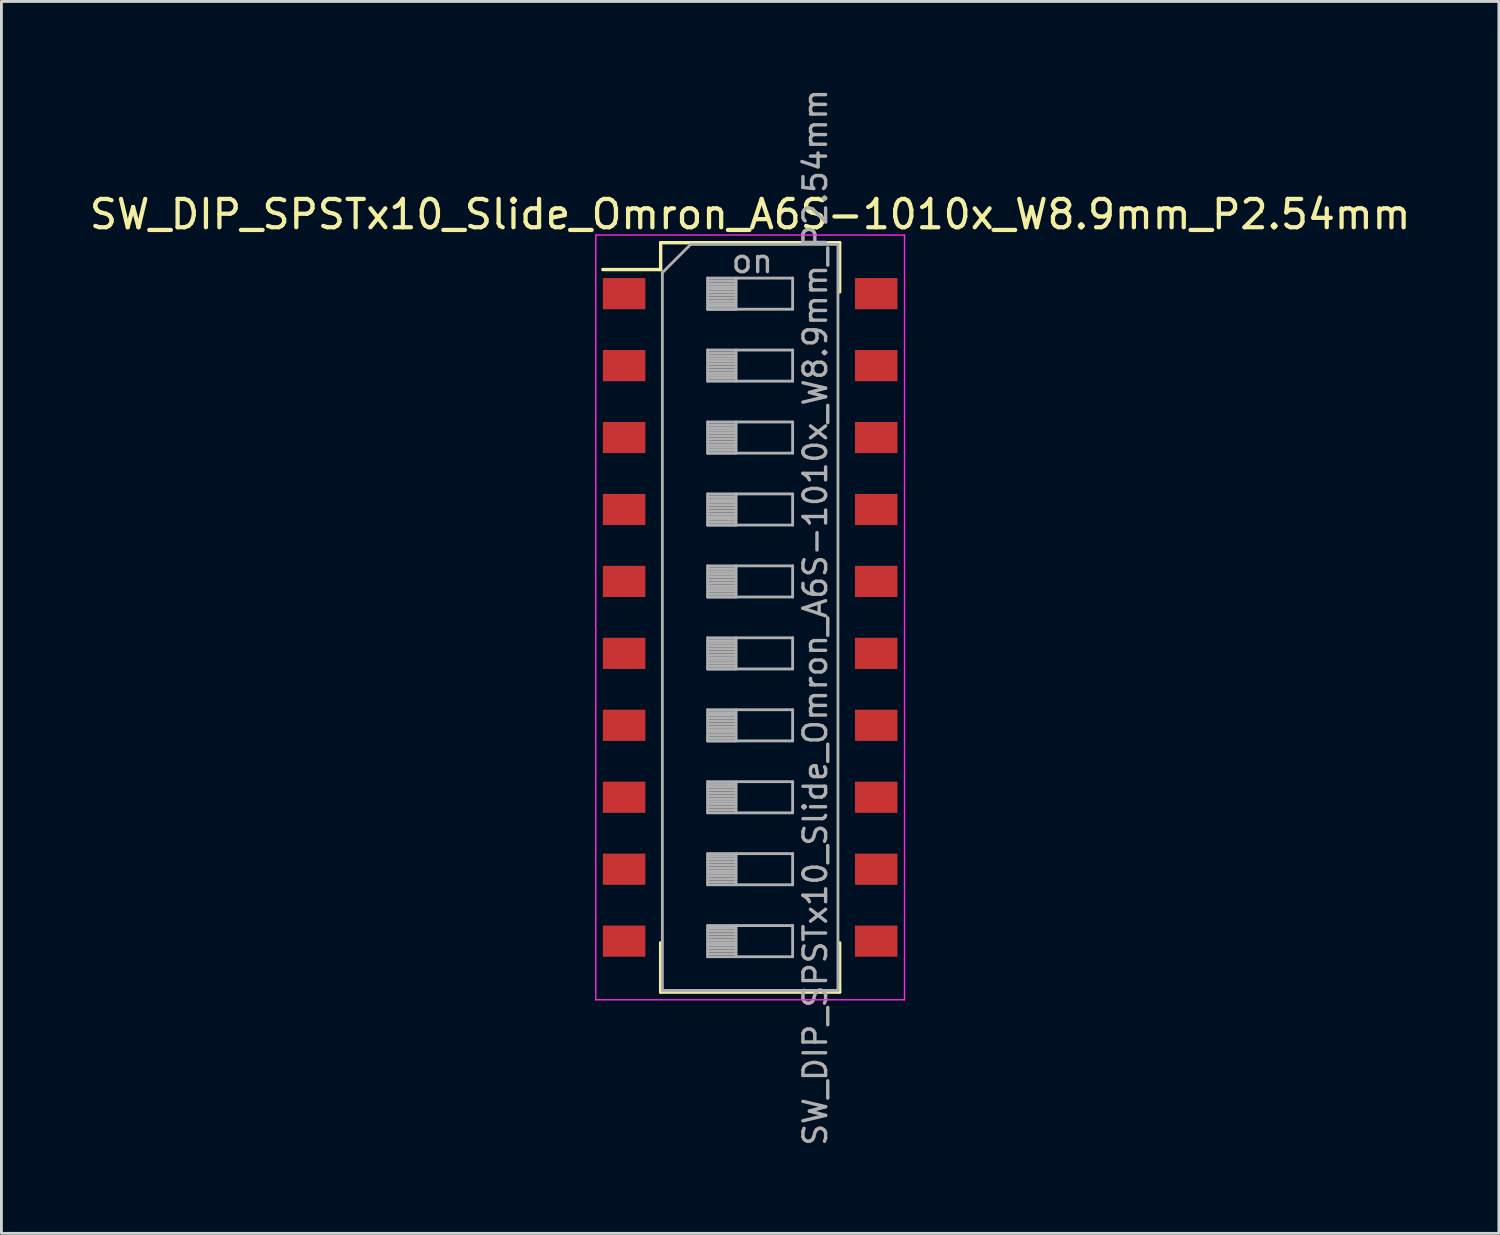
<source format=kicad_pcb>
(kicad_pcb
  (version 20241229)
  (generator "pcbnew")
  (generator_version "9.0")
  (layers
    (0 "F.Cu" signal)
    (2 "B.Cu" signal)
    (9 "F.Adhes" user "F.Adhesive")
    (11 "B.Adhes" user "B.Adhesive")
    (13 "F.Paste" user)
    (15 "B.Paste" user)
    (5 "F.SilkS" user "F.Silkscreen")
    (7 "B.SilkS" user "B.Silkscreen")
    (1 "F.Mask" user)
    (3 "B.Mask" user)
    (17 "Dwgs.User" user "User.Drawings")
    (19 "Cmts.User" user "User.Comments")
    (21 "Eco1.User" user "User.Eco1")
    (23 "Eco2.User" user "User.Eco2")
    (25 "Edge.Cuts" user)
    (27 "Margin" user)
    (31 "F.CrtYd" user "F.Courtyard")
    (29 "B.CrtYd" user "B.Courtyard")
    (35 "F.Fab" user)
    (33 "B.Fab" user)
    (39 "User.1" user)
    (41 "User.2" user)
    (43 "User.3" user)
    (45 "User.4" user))
  (footprint "SW_DIP_SPSTx10_Slide_Omron_A6S-1010x_W8.9mm_P2.54mm"
    (layer "F.Cu")
    (at 23.435 18.748)
    (property "Reference" "SW_DIP_SPSTx10_Slide_Omron_A6S-1010x_W8.9mm_P2.54mm" (at 0 -14.23 0) (layer "F.SilkS") (effects (font (size 1 1) (thickness 0.15))))
    (attr smd)
    (fp_line (start -5.2 -12.281) (end -3.16 -12.281) (stroke (width 0.12) (type solid)) (layer "F.SilkS"))
    (fp_line (start -3.16 -13.23) (end -3.16 -12.281) (stroke (width 0.12) (type solid)) (layer "F.SilkS"))
    (fp_line (start -3.16 -13.23) (end 3.16 -13.23) (stroke (width 0.12) (type solid)) (layer "F.SilkS"))
    (fp_line (start -3.16 11.49) (end -3.16 13.23) (stroke (width 0.12) (type solid)) (layer "F.SilkS"))
    (fp_line (start -3.16 13.23) (end 3.16 13.23) (stroke (width 0.12) (type solid)) (layer "F.SilkS"))
    (fp_line (start 3.16 -13.23) (end 3.16 -11.491) (stroke (width 0.12) (type solid)) (layer "F.SilkS"))
    (fp_line (start 3.16 11.49) (end 3.16 13.23) (stroke (width 0.12) (type solid)) (layer "F.SilkS"))
    (fp_line (start -5.45 -13.5) (end -5.45 13.5) (stroke (width 0.05) (type solid)) (layer "F.CrtYd"))
    (fp_line (start -5.45 13.5) (end 5.45 13.5) (stroke (width 0.05) (type solid)) (layer "F.CrtYd"))
    (fp_line (start 5.45 -13.5) (end -5.45 -13.5) (stroke (width 0.05) (type solid)) (layer "F.CrtYd"))
    (fp_line (start 5.45 13.5) (end 5.45 -13.5) (stroke (width 0.05) (type solid)) (layer "F.CrtYd"))
    (fp_line (start -3.1 -12.17) (end -2.1 -13.17) (stroke (width 0.1) (type solid)) (layer "F.Fab"))
    (fp_line (start -3.1 13.17) (end -3.1 -12.17) (stroke (width 0.1) (type solid)) (layer "F.Fab"))
    (fp_line (start -2.1 -13.17) (end 3.1 -13.17) (stroke (width 0.1) (type solid)) (layer "F.Fab"))
    (fp_line (start -1.5 -11.98) (end -1.5 -10.88) (stroke (width 0.1) (type solid)) (layer "F.Fab"))
    (fp_line (start -1.5 -11.88) (end -0.5 -11.88) (stroke (width 0.1) (type solid)) (layer "F.Fab"))
    (fp_line (start -1.5 -11.78) (end -0.5 -11.78) (stroke (width 0.1) (type solid)) (layer "F.Fab"))
    (fp_line (start -1.5 -11.68) (end -0.5 -11.68) (stroke (width 0.1) (type solid)) (layer "F.Fab"))
    (fp_line (start -1.5 -11.58) (end -0.5 -11.58) (stroke (width 0.1) (type solid)) (layer "F.Fab"))
    (fp_line (start -1.5 -11.48) (end -0.5 -11.48) (stroke (width 0.1) (type solid)) (layer "F.Fab"))
    (fp_line (start -1.5 -11.38) (end -0.5 -11.38) (stroke (width 0.1) (type solid)) (layer "F.Fab"))
    (fp_line (start -1.5 -11.28) (end -0.5 -11.28) (stroke (width 0.1) (type solid)) (layer "F.Fab"))
    (fp_line (start -1.5 -11.18) (end -0.5 -11.18) (stroke (width 0.1) (type solid)) (layer "F.Fab"))
    (fp_line (start -1.5 -11.08) (end -0.5 -11.08) (stroke (width 0.1) (type solid)) (layer "F.Fab"))
    (fp_line (start -1.5 -10.98) (end -0.5 -10.98) (stroke (width 0.1) (type solid)) (layer "F.Fab"))
    (fp_line (start -1.5 -10.88) (end -0.5 -10.88) (stroke (width 0.1) (type solid)) (layer "F.Fab"))
    (fp_line (start -1.5 -10.88) (end 1.5 -10.88) (stroke (width 0.1) (type solid)) (layer "F.Fab"))
    (fp_line (start -1.5 -9.44) (end -1.5 -8.34) (stroke (width 0.1) (type solid)) (layer "F.Fab"))
    (fp_line (start -1.5 -9.34) (end -0.5 -9.34) (stroke (width 0.1) (type solid)) (layer "F.Fab"))
    (fp_line (start -1.5 -9.24) (end -0.5 -9.24) (stroke (width 0.1) (type solid)) (layer "F.Fab"))
    (fp_line (start -1.5 -9.14) (end -0.5 -9.14) (stroke (width 0.1) (type solid)) (layer "F.Fab"))
    (fp_line (start -1.5 -9.04) (end -0.5 -9.04) (stroke (width 0.1) (type solid)) (layer "F.Fab"))
    (fp_line (start -1.5 -8.94) (end -0.5 -8.94) (stroke (width 0.1) (type solid)) (layer "F.Fab"))
    (fp_line (start -1.5 -8.84) (end -0.5 -8.84) (stroke (width 0.1) (type solid)) (layer "F.Fab"))
    (fp_line (start -1.5 -8.74) (end -0.5 -8.74) (stroke (width 0.1) (type solid)) (layer "F.Fab"))
    (fp_line (start -1.5 -8.64) (end -0.5 -8.64) (stroke (width 0.1) (type solid)) (layer "F.Fab"))
    (fp_line (start -1.5 -8.54) (end -0.5 -8.54) (stroke (width 0.1) (type solid)) (layer "F.Fab"))
    (fp_line (start -1.5 -8.44) (end -0.5 -8.44) (stroke (width 0.1) (type solid)) (layer "F.Fab"))
    (fp_line (start -1.5 -8.34) (end 1.5 -8.34) (stroke (width 0.1) (type solid)) (layer "F.Fab"))
    (fp_line (start -1.5 -6.9) (end -1.5 -5.8) (stroke (width 0.1) (type solid)) (layer "F.Fab"))
    (fp_line (start -1.5 -6.8) (end -0.5 -6.8) (stroke (width 0.1) (type solid)) (layer "F.Fab"))
    (fp_line (start -1.5 -6.7) (end -0.5 -6.7) (stroke (width 0.1) (type solid)) (layer "F.Fab"))
    (fp_line (start -1.5 -6.6) (end -0.5 -6.6) (stroke (width 0.1) (type solid)) (layer "F.Fab"))
    (fp_line (start -1.5 -6.5) (end -0.5 -6.5) (stroke (width 0.1) (type solid)) (layer "F.Fab"))
    (fp_line (start -1.5 -6.4) (end -0.5 -6.4) (stroke (width 0.1) (type solid)) (layer "F.Fab"))
    (fp_line (start -1.5 -6.3) (end -0.5 -6.3) (stroke (width 0.1) (type solid)) (layer "F.Fab"))
    (fp_line (start -1.5 -6.2) (end -0.5 -6.2) (stroke (width 0.1) (type solid)) (layer "F.Fab"))
    (fp_line (start -1.5 -6.1) (end -0.5 -6.1) (stroke (width 0.1) (type solid)) (layer "F.Fab"))
    (fp_line (start -1.5 -6) (end -0.5 -6) (stroke (width 0.1) (type solid)) (layer "F.Fab"))
    (fp_line (start -1.5 -5.9) (end -0.5 -5.9) (stroke (width 0.1) (type solid)) (layer "F.Fab"))
    (fp_line (start -1.5 -5.8) (end -0.5 -5.8) (stroke (width 0.1) (type solid)) (layer "F.Fab"))
    (fp_line (start -1.5 -5.8) (end 1.5 -5.8) (stroke (width 0.1) (type solid)) (layer "F.Fab"))
    (fp_line (start -1.5 -4.36) (end -1.5 -3.26) (stroke (width 0.1) (type solid)) (layer "F.Fab"))
    (fp_line (start -1.5 -4.26) (end -0.5 -4.26) (stroke (width 0.1) (type solid)) (layer "F.Fab"))
    (fp_line (start -1.5 -4.16) (end -0.5 -4.16) (stroke (width 0.1) (type solid)) (layer "F.Fab"))
    (fp_line (start -1.5 -4.06) (end -0.5 -4.06) (stroke (width 0.1) (type solid)) (layer "F.Fab"))
    (fp_line (start -1.5 -3.96) (end -0.5 -3.96) (stroke (width 0.1) (type solid)) (layer "F.Fab"))
    (fp_line (start -1.5 -3.86) (end -0.5 -3.86) (stroke (width 0.1) (type solid)) (layer "F.Fab"))
    (fp_line (start -1.5 -3.76) (end -0.5 -3.76) (stroke (width 0.1) (type solid)) (layer "F.Fab"))
    (fp_line (start -1.5 -3.66) (end -0.5 -3.66) (stroke (width 0.1) (type solid)) (layer "F.Fab"))
    (fp_line (start -1.5 -3.56) (end -0.5 -3.56) (stroke (width 0.1) (type solid)) (layer "F.Fab"))
    (fp_line (start -1.5 -3.46) (end -0.5 -3.46) (stroke (width 0.1) (type solid)) (layer "F.Fab"))
    (fp_line (start -1.5 -3.36) (end -0.5 -3.36) (stroke (width 0.1) (type solid)) (layer "F.Fab"))
    (fp_line (start -1.5 -3.26) (end -0.5 -3.26) (stroke (width 0.1) (type solid)) (layer "F.Fab"))
    (fp_line (start -1.5 -3.26) (end 1.5 -3.26) (stroke (width 0.1) (type solid)) (layer "F.Fab"))
    (fp_line (start -1.5 -1.82) (end -1.5 -0.72) (stroke (width 0.1) (type solid)) (layer "F.Fab"))
    (fp_line (start -1.5 -1.72) (end -0.5 -1.72) (stroke (width 0.1) (type solid)) (layer "F.Fab"))
    (fp_line (start -1.5 -1.62) (end -0.5 -1.62) (stroke (width 0.1) (type solid)) (layer "F.Fab"))
    (fp_line (start -1.5 -1.52) (end -0.5 -1.52) (stroke (width 0.1) (type solid)) (layer "F.Fab"))
    (fp_line (start -1.5 -1.42) (end -0.5 -1.42) (stroke (width 0.1) (type solid)) (layer "F.Fab"))
    (fp_line (start -1.5 -1.32) (end -0.5 -1.32) (stroke (width 0.1) (type solid)) (layer "F.Fab"))
    (fp_line (start -1.5 -1.22) (end -0.5 -1.22) (stroke (width 0.1) (type solid)) (layer "F.Fab"))
    (fp_line (start -1.5 -1.12) (end -0.5 -1.12) (stroke (width 0.1) (type solid)) (layer "F.Fab"))
    (fp_line (start -1.5 -1.02) (end -0.5 -1.02) (stroke (width 0.1) (type solid)) (layer "F.Fab"))
    (fp_line (start -1.5 -0.92) (end -0.5 -0.92) (stroke (width 0.1) (type solid)) (layer "F.Fab"))
    (fp_line (start -1.5 -0.82) (end -0.5 -0.82) (stroke (width 0.1) (type solid)) (layer "F.Fab"))
    (fp_line (start -1.5 -0.72) (end -0.5 -0.72) (stroke (width 0.1) (type solid)) (layer "F.Fab"))
    (fp_line (start -1.5 -0.72) (end 1.5 -0.72) (stroke (width 0.1) (type solid)) (layer "F.Fab"))
    (fp_line (start -1.5 0.72) (end -1.5 1.82) (stroke (width 0.1) (type solid)) (layer "F.Fab"))
    (fp_line (start -1.5 0.82) (end -0.5 0.82) (stroke (width 0.1) (type solid)) (layer "F.Fab"))
    (fp_line (start -1.5 0.92) (end -0.5 0.92) (stroke (width 0.1) (type solid)) (layer "F.Fab"))
    (fp_line (start -1.5 1.02) (end -0.5 1.02) (stroke (width 0.1) (type solid)) (layer "F.Fab"))
    (fp_line (start -1.5 1.12) (end -0.5 1.12) (stroke (width 0.1) (type solid)) (layer "F.Fab"))
    (fp_line (start -1.5 1.22) (end -0.5 1.22) (stroke (width 0.1) (type solid)) (layer "F.Fab"))
    (fp_line (start -1.5 1.32) (end -0.5 1.32) (stroke (width 0.1) (type solid)) (layer "F.Fab"))
    (fp_line (start -1.5 1.42) (end -0.5 1.42) (stroke (width 0.1) (type solid)) (layer "F.Fab"))
    (fp_line (start -1.5 1.52) (end -0.5 1.52) (stroke (width 0.1) (type solid)) (layer "F.Fab"))
    (fp_line (start -1.5 1.62) (end -0.5 1.62) (stroke (width 0.1) (type solid)) (layer "F.Fab"))
    (fp_line (start -1.5 1.72) (end -0.5 1.72) (stroke (width 0.1) (type solid)) (layer "F.Fab"))
    (fp_line (start -1.5 1.82) (end -0.5 1.82) (stroke (width 0.1) (type solid)) (layer "F.Fab"))
    (fp_line (start -1.5 1.82) (end 1.5 1.82) (stroke (width 0.1) (type solid)) (layer "F.Fab"))
    (fp_line (start -1.5 3.26) (end -1.5 4.36) (stroke (width 0.1) (type solid)) (layer "F.Fab"))
    (fp_line (start -1.5 3.36) (end -0.5 3.36) (stroke (width 0.1) (type solid)) (layer "F.Fab"))
    (fp_line (start -1.5 3.46) (end -0.5 3.46) (stroke (width 0.1) (type solid)) (layer "F.Fab"))
    (fp_line (start -1.5 3.56) (end -0.5 3.56) (stroke (width 0.1) (type solid)) (layer "F.Fab"))
    (fp_line (start -1.5 3.66) (end -0.5 3.66) (stroke (width 0.1) (type solid)) (layer "F.Fab"))
    (fp_line (start -1.5 3.76) (end -0.5 3.76) (stroke (width 0.1) (type solid)) (layer "F.Fab"))
    (fp_line (start -1.5 3.86) (end -0.5 3.86) (stroke (width 0.1) (type solid)) (layer "F.Fab"))
    (fp_line (start -1.5 3.96) (end -0.5 3.96) (stroke (width 0.1) (type solid)) (layer "F.Fab"))
    (fp_line (start -1.5 4.06) (end -0.5 4.06) (stroke (width 0.1) (type solid)) (layer "F.Fab"))
    (fp_line (start -1.5 4.16) (end -0.5 4.16) (stroke (width 0.1) (type solid)) (layer "F.Fab"))
    (fp_line (start -1.5 4.26) (end -0.5 4.26) (stroke (width 0.1) (type solid)) (layer "F.Fab"))
    (fp_line (start -1.5 4.36) (end -0.5 4.36) (stroke (width 0.1) (type solid)) (layer "F.Fab"))
    (fp_line (start -1.5 4.36) (end 1.5 4.36) (stroke (width 0.1) (type solid)) (layer "F.Fab"))
    (fp_line (start -1.5 5.8) (end -1.5 6.9) (stroke (width 0.1) (type solid)) (layer "F.Fab"))
    (fp_line (start -1.5 5.9) (end -0.5 5.9) (stroke (width 0.1) (type solid)) (layer "F.Fab"))
    (fp_line (start -1.5 6) (end -0.5 6) (stroke (width 0.1) (type solid)) (layer "F.Fab"))
    (fp_line (start -1.5 6.1) (end -0.5 6.1) (stroke (width 0.1) (type solid)) (layer "F.Fab"))
    (fp_line (start -1.5 6.2) (end -0.5 6.2) (stroke (width 0.1) (type solid)) (layer "F.Fab"))
    (fp_line (start -1.5 6.3) (end -0.5 6.3) (stroke (width 0.1) (type solid)) (layer "F.Fab"))
    (fp_line (start -1.5 6.4) (end -0.5 6.4) (stroke (width 0.1) (type solid)) (layer "F.Fab"))
    (fp_line (start -1.5 6.5) (end -0.5 6.5) (stroke (width 0.1) (type solid)) (layer "F.Fab"))
    (fp_line (start -1.5 6.6) (end -0.5 6.6) (stroke (width 0.1) (type solid)) (layer "F.Fab"))
    (fp_line (start -1.5 6.7) (end -0.5 6.7) (stroke (width 0.1) (type solid)) (layer "F.Fab"))
    (fp_line (start -1.5 6.8) (end -0.5 6.8) (stroke (width 0.1) (type solid)) (layer "F.Fab"))
    (fp_line (start -1.5 6.9) (end 1.5 6.9) (stroke (width 0.1) (type solid)) (layer "F.Fab"))
    (fp_line (start -1.5 8.34) (end -1.5 9.44) (stroke (width 0.1) (type solid)) (layer "F.Fab"))
    (fp_line (start -1.5 8.44) (end -0.5 8.44) (stroke (width 0.1) (type solid)) (layer "F.Fab"))
    (fp_line (start -1.5 8.54) (end -0.5 8.54) (stroke (width 0.1) (type solid)) (layer "F.Fab"))
    (fp_line (start -1.5 8.64) (end -0.5 8.64) (stroke (width 0.1) (type solid)) (layer "F.Fab"))
    (fp_line (start -1.5 8.74) (end -0.5 8.74) (stroke (width 0.1) (type solid)) (layer "F.Fab"))
    (fp_line (start -1.5 8.84) (end -0.5 8.84) (stroke (width 0.1) (type solid)) (layer "F.Fab"))
    (fp_line (start -1.5 8.94) (end -0.5 8.94) (stroke (width 0.1) (type solid)) (layer "F.Fab"))
    (fp_line (start -1.5 9.04) (end -0.5 9.04) (stroke (width 0.1) (type solid)) (layer "F.Fab"))
    (fp_line (start -1.5 9.14) (end -0.5 9.14) (stroke (width 0.1) (type solid)) (layer "F.Fab"))
    (fp_line (start -1.5 9.24) (end -0.5 9.24) (stroke (width 0.1) (type solid)) (layer "F.Fab"))
    (fp_line (start -1.5 9.34) (end -0.5 9.34) (stroke (width 0.1) (type solid)) (layer "F.Fab"))
    (fp_line (start -1.5 9.44) (end 1.5 9.44) (stroke (width 0.1) (type solid)) (layer "F.Fab"))
    (fp_line (start -1.5 10.88) (end -1.5 11.98) (stroke (width 0.1) (type solid)) (layer "F.Fab"))
    (fp_line (start -1.5 10.98) (end -0.5 10.98) (stroke (width 0.1) (type solid)) (layer "F.Fab"))
    (fp_line (start -1.5 11.08) (end -0.5 11.08) (stroke (width 0.1) (type solid)) (layer "F.Fab"))
    (fp_line (start -1.5 11.18) (end -0.5 11.18) (stroke (width 0.1) (type solid)) (layer "F.Fab"))
    (fp_line (start -1.5 11.28) (end -0.5 11.28) (stroke (width 0.1) (type solid)) (layer "F.Fab"))
    (fp_line (start -1.5 11.38) (end -0.5 11.38) (stroke (width 0.1) (type solid)) (layer "F.Fab"))
    (fp_line (start -1.5 11.48) (end -0.5 11.48) (stroke (width 0.1) (type solid)) (layer "F.Fab"))
    (fp_line (start -1.5 11.58) (end -0.5 11.58) (stroke (width 0.1) (type solid)) (layer "F.Fab"))
    (fp_line (start -1.5 11.68) (end -0.5 11.68) (stroke (width 0.1) (type solid)) (layer "F.Fab"))
    (fp_line (start -1.5 11.78) (end -0.5 11.78) (stroke (width 0.1) (type solid)) (layer "F.Fab"))
    (fp_line (start -1.5 11.88) (end -0.5 11.88) (stroke (width 0.1) (type solid)) (layer "F.Fab"))
    (fp_line (start -1.5 11.98) (end 1.5 11.98) (stroke (width 0.1) (type solid)) (layer "F.Fab"))
    (fp_line (start -0.5 -11.98) (end -0.5 -10.88) (stroke (width 0.1) (type solid)) (layer "F.Fab"))
    (fp_line (start -0.5 -9.44) (end -0.5 -8.34) (stroke (width 0.1) (type solid)) (layer "F.Fab"))
    (fp_line (start -0.5 -6.9) (end -0.5 -5.8) (stroke (width 0.1) (type solid)) (layer "F.Fab"))
    (fp_line (start -0.5 -4.36) (end -0.5 -3.26) (stroke (width 0.1) (type solid)) (layer "F.Fab"))
    (fp_line (start -0.5 -1.82) (end -0.5 -0.72) (stroke (width 0.1) (type solid)) (layer "F.Fab"))
    (fp_line (start -0.5 0.72) (end -0.5 1.82) (stroke (width 0.1) (type solid)) (layer "F.Fab"))
    (fp_line (start -0.5 3.26) (end -0.5 4.36) (stroke (width 0.1) (type solid)) (layer "F.Fab"))
    (fp_line (start -0.5 5.8) (end -0.5 6.9) (stroke (width 0.1) (type solid)) (layer "F.Fab"))
    (fp_line (start -0.5 8.34) (end -0.5 9.44) (stroke (width 0.1) (type solid)) (layer "F.Fab"))
    (fp_line (start -0.5 10.88) (end -0.5 11.98) (stroke (width 0.1) (type solid)) (layer "F.Fab"))
    (fp_line (start 1.5 -11.98) (end -1.5 -11.98) (stroke (width 0.1) (type solid)) (layer "F.Fab"))
    (fp_line (start 1.5 -10.88) (end 1.5 -11.98) (stroke (width 0.1) (type solid)) (layer "F.Fab"))
    (fp_line (start 1.5 -9.44) (end -1.5 -9.44) (stroke (width 0.1) (type solid)) (layer "F.Fab"))
    (fp_line (start 1.5 -8.34) (end 1.5 -9.44) (stroke (width 0.1) (type solid)) (layer "F.Fab"))
    (fp_line (start 1.5 -6.9) (end -1.5 -6.9) (stroke (width 0.1) (type solid)) (layer "F.Fab"))
    (fp_line (start 1.5 -5.8) (end 1.5 -6.9) (stroke (width 0.1) (type solid)) (layer "F.Fab"))
    (fp_line (start 1.5 -4.36) (end -1.5 -4.36) (stroke (width 0.1) (type solid)) (layer "F.Fab"))
    (fp_line (start 1.5 -3.26) (end 1.5 -4.36) (stroke (width 0.1) (type solid)) (layer "F.Fab"))
    (fp_line (start 1.5 -1.82) (end -1.5 -1.82) (stroke (width 0.1) (type solid)) (layer "F.Fab"))
    (fp_line (start 1.5 -0.72) (end 1.5 -1.82) (stroke (width 0.1) (type solid)) (layer "F.Fab"))
    (fp_line (start 1.5 0.72) (end -1.5 0.72) (stroke (width 0.1) (type solid)) (layer "F.Fab"))
    (fp_line (start 1.5 1.82) (end 1.5 0.72) (stroke (width 0.1) (type solid)) (layer "F.Fab"))
    (fp_line (start 1.5 3.26) (end -1.5 3.26) (stroke (width 0.1) (type solid)) (layer "F.Fab"))
    (fp_line (start 1.5 4.36) (end 1.5 3.26) (stroke (width 0.1) (type solid)) (layer "F.Fab"))
    (fp_line (start 1.5 5.8) (end -1.5 5.8) (stroke (width 0.1) (type solid)) (layer "F.Fab"))
    (fp_line (start 1.5 6.9) (end 1.5 5.8) (stroke (width 0.1) (type solid)) (layer "F.Fab"))
    (fp_line (start 1.5 8.34) (end -1.5 8.34) (stroke (width 0.1) (type solid)) (layer "F.Fab"))
    (fp_line (start 1.5 9.44) (end 1.5 8.34) (stroke (width 0.1) (type solid)) (layer "F.Fab"))
    (fp_line (start 1.5 10.88) (end -1.5 10.88) (stroke (width 0.1) (type solid)) (layer "F.Fab"))
    (fp_line (start 1.5 11.98) (end 1.5 10.88) (stroke (width 0.1) (type solid)) (layer "F.Fab"))
    (fp_line (start 3.1 -13.17) (end 3.1 13.17) (stroke (width 0.1) (type solid)) (layer "F.Fab"))
    (fp_line (start 3.1 13.17) (end -3.1 13.17) (stroke (width 0.1) (type solid)) (layer "F.Fab"))
    (fp_text user "on" (at 0.075 -12.575 0) (layer "F.Fab") (effects (font (size 0.8 0.8) (thickness 0.12))))
    (fp_text user "${REFERENCE}" (at 2.3 0 90) (layer "F.Fab") (effects (font (size 0.8 0.8) (thickness 0.12))))
    (pad "1" smd rect (at -4.45 -11.43) (size 1.5 1.1) (layers "F.Cu" "F.Mask" "F.Paste"))
    (pad "2" smd rect (at -4.45 -8.89) (size 1.5 1.1) (layers "F.Cu" "F.Mask" "F.Paste"))
    (pad "3" smd rect (at -4.45 -6.35) (size 1.5 1.1) (layers "F.Cu" "F.Mask" "F.Paste"))
    (pad "4" smd rect (at -4.45 -3.81) (size 1.5 1.1) (layers "F.Cu" "F.Mask" "F.Paste"))
    (pad "5" smd rect (at -4.45 -1.27) (size 1.5 1.1) (layers "F.Cu" "F.Mask" "F.Paste"))
    (pad "6" smd rect (at -4.45 1.27) (size 1.5 1.1) (layers "F.Cu" "F.Mask" "F.Paste"))
    (pad "7" smd rect (at -4.45 3.81) (size 1.5 1.1) (layers "F.Cu" "F.Mask" "F.Paste"))
    (pad "8" smd rect (at -4.45 6.35) (size 1.5 1.1) (layers "F.Cu" "F.Mask" "F.Paste"))
    (pad "9" smd rect (at -4.45 8.89) (size 1.5 1.1) (layers "F.Cu" "F.Mask" "F.Paste"))
    (pad "10" smd rect (at -4.45 11.43) (size 1.5 1.1) (layers "F.Cu" "F.Mask" "F.Paste"))
    (pad "11" smd rect (at 4.45 11.43) (size 1.5 1.1) (layers "F.Cu" "F.Mask" "F.Paste"))
    (pad "12" smd rect (at 4.45 8.89) (size 1.5 1.1) (layers "F.Cu" "F.Mask" "F.Paste"))
    (pad "13" smd rect (at 4.45 6.35) (size 1.5 1.1) (layers "F.Cu" "F.Mask" "F.Paste"))
    (pad "14" smd rect (at 4.45 3.81) (size 1.5 1.1) (layers "F.Cu" "F.Mask" "F.Paste"))
    (pad "15" smd rect (at 4.45 1.27) (size 1.5 1.1) (layers "F.Cu" "F.Mask" "F.Paste"))
    (pad "16" smd rect (at 4.45 -1.27) (size 1.5 1.1) (layers "F.Cu" "F.Mask" "F.Paste"))
    (pad "17" smd rect (at 4.45 -3.81) (size 1.5 1.1) (layers "F.Cu" "F.Mask" "F.Paste"))
    (pad "18" smd rect (at 4.45 -6.35) (size 1.5 1.1) (layers "F.Cu" "F.Mask" "F.Paste"))
    (pad "19" smd rect (at 4.45 -8.89) (size 1.5 1.1) (layers "F.Cu" "F.Mask" "F.Paste"))
    (pad "20" smd rect (at 4.45 -11.43) (size 1.5 1.1) (layers "F.Cu" "F.Mask" "F.Paste")))
  (gr_rect
    (start -3 -3)
    (end 49.869 40.495)
    (stroke (width 0.1) (type default))
    (fill no)
    (layer "Edge.Cuts")))
</source>
